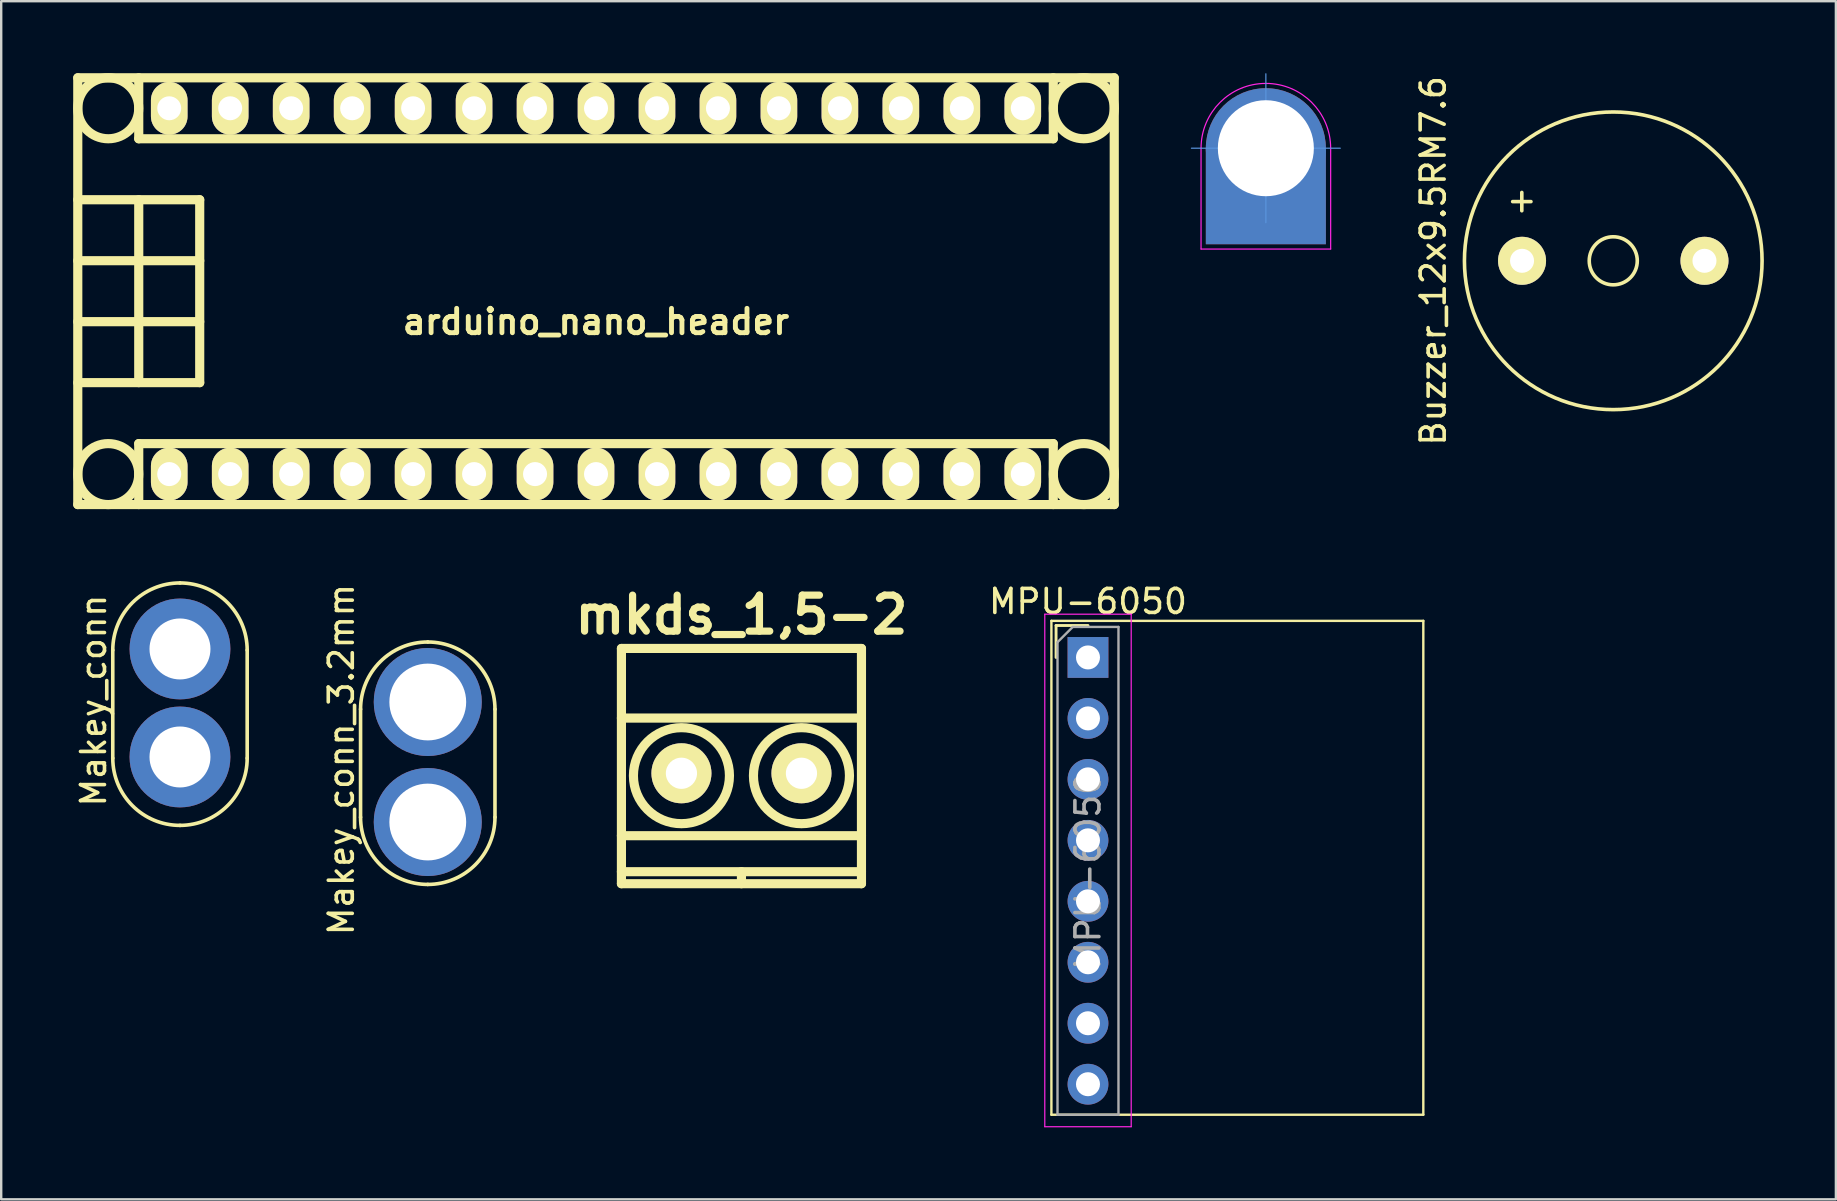
<source format=kicad_pcb>
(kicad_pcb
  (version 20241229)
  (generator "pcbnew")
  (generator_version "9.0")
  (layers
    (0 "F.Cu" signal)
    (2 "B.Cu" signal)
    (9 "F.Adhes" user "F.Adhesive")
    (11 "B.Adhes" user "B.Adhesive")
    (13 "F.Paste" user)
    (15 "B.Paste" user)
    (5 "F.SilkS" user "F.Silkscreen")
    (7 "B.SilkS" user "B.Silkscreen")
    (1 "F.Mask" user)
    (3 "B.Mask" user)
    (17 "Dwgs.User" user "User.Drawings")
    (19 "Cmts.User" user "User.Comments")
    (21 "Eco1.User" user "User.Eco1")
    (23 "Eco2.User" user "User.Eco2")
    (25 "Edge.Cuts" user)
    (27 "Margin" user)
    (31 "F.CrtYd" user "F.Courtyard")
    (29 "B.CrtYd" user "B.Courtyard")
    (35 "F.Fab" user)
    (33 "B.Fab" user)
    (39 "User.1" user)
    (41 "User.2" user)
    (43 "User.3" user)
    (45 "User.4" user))
  (footprint "Buzzer_12x9.5RM7.6"
    (layer "F.Cu")
    (at 64.159 7.815)
    (property "Reference" "Buzzer_12x9.5RM7.6" (at -7.5 0 90) (layer "F.SilkS") (effects (font (size 1 1) (thickness 0.15))))
    (attr through_hole)
    (fp_circle (center 0 0) (end 1.001 0) (stroke (width 0.15) (type solid)) (fill no) (layer "F.SilkS"))
    (fp_circle (center 0 0) (end 6.2 0) (stroke (width 0.15) (type solid)) (fill no) (layer "F.SilkS"))
    (fp_text user "+" (at -3.81 -2.54 0) (layer "F.SilkS") (effects (font (size 1 1) (thickness 0.15))))
    (pad "1" thru_hole circle (at -3.8 0) (size 2 2) (drill 1.001) (layers "*.Cu" "*.Mask" "F.SilkS"))
    (pad "2" thru_hole circle (at 3.8 0) (size 2 2) (drill 1.001) (layers "*.Cu" "*.Mask" "F.SilkS")))
  (footprint "Makey_conn"
    (layer "F.Cu")
    (at 4.448 26.236)
    (property "Reference" "Makey_conn" (at -3.6 -0.1 90) (layer "F.SilkS") (effects (font (size 1 1) (thickness 0.15))))
    (attr through_hole)
    (fp_line (start -2.8 2.3) (end -2.8 -2.2) (stroke (width 0.15) (type solid)) (layer "F.SilkS"))
    (fp_line (start 2.8 2.3) (end 2.8 -2.2) (stroke (width 0.15) (type solid)) (layer "F.SilkS"))
    (fp_arc (start -2.8 -2.2) (mid -1.979899 -4.179899) (end 0 -5) (stroke (width 0.15) (type solid)) (layer "F.SilkS"))
    (fp_arc (start 0 -5) (mid 1.979899 -4.179899) (end 2.8 -2.2) (stroke (width 0.15) (type solid)) (layer "F.SilkS"))
    (fp_arc (start 0 5.1) (mid -1.979899 4.279899) (end -2.8 2.3) (stroke (width 0.15) (type solid)) (layer "F.SilkS"))
    (fp_arc (start 2.8 2.3) (mid 1.979899 4.279899) (end 0 5.1) (stroke (width 0.15) (type solid)) (layer "F.SilkS"))
    (pad "1" thru_hole circle (at 0 -2.25) (size 4.2 4.2) (drill 2.54) (layers "*.Cu" "*.Mask"))
    (pad "1" thru_hole circle (at 0 2.25) (size 4.2 4.2) (drill 2.54) (layers "*.Cu" "*.Mask")))
  (footprint "Makey_conn_3.2mm"
    (layer "F.Cu")
    (at 14.771 28.696)
    (property "Reference" "Makey_conn_3.2mm" (at -3.6 -0.1 90) (layer "F.SilkS") (effects (font (size 1 1) (thickness 0.15))))
    (attr through_hole)
    (fp_line (start -2.8 2.3) (end -2.8 -2.2) (stroke (width 0.15) (type solid)) (layer "F.SilkS"))
    (fp_line (start 2.8 2.3) (end 2.8 -2.2) (stroke (width 0.15) (type solid)) (layer "F.SilkS"))
    (fp_arc (start -2.8 -2.2) (mid -1.979899 -4.179899) (end 0 -5) (stroke (width 0.15) (type solid)) (layer "F.SilkS"))
    (fp_arc (start 0 -5) (mid 1.979899 -4.179899) (end 2.8 -2.2) (stroke (width 0.15) (type solid)) (layer "F.SilkS"))
    (fp_arc (start 0 5.1) (mid -1.979899 4.279899) (end -2.8 2.3) (stroke (width 0.15) (type solid)) (layer "F.SilkS"))
    (fp_arc (start 2.8 2.3) (mid 1.979899 4.279899) (end 0 5.1) (stroke (width 0.15) (type solid)) (layer "F.SilkS"))
    (pad "1" thru_hole circle (at 0 -2.5) (size 4.5 4.5) (drill 3.2) (layers "*.Cu" "*.Mask"))
    (pad "1" thru_hole circle (at 0 2.5) (size 4.5 4.5) (drill 3.2) (layers "*.Cu" "*.Mask")))
  (footprint "MPU-6050"
    (layer "F.Cu")
    (at 42.276 24.339)
    (property "Reference" "MPU-6050" (at 0 -2.33 0) (layer "F.SilkS") (effects (font (size 1 1) (thickness 0.15))))
    (attr through_hole)
    (fp_line (start -1.524 -1.524) (end 13.97 -1.524) (stroke (width 0.1) (type solid)) (layer "F.SilkS"))
    (fp_line (start -1.524 19.05) (end -1.524 -1.524) (stroke (width 0.1) (type solid)) (layer "F.SilkS"))
    (fp_line (start -1.33 -1.33) (end 0 -1.33) (stroke (width 0.12) (type solid)) (layer "F.SilkS"))
    (fp_line (start -1.33 0) (end -1.33 -1.33) (stroke (width 0.12) (type solid)) (layer "F.SilkS"))
    (fp_line (start 13.97 -1.524) (end 13.97 19.05) (stroke (width 0.1) (type solid)) (layer "F.SilkS"))
    (fp_line (start 13.97 19.05) (end -1.524 19.05) (stroke (width 0.1) (type solid)) (layer "F.SilkS"))
    (fp_line (start -1.8 -1.8) (end -1.8 19.55) (stroke (width 0.05) (type solid)) (layer "F.CrtYd"))
    (fp_line (start -1.8 19.55) (end 1.8 19.55) (stroke (width 0.05) (type solid)) (layer "F.CrtYd"))
    (fp_line (start 1.8 -1.8) (end -1.8 -1.8) (stroke (width 0.05) (type solid)) (layer "F.CrtYd"))
    (fp_line (start 1.8 19.55) (end 1.8 -1.8) (stroke (width 0.05) (type solid)) (layer "F.CrtYd"))
    (fp_line (start -1.27 -0.635) (end -0.635 -1.27) (stroke (width 0.1) (type solid)) (layer "F.Fab"))
    (fp_line (start -1.27 19.05) (end -1.27 -0.635) (stroke (width 0.1) (type solid)) (layer "F.Fab"))
    (fp_line (start -0.635 -1.27) (end 1.27 -1.27) (stroke (width 0.1) (type solid)) (layer "F.Fab"))
    (fp_line (start 1.27 -1.27) (end 1.27 19.05) (stroke (width 0.1) (type solid)) (layer "F.Fab"))
    (fp_line (start 1.27 19.05) (end -1.27 19.05) (stroke (width 0.1) (type solid)) (layer "F.Fab"))
    (fp_text user "${REFERENCE}" (at 0 8.89 90) (layer "F.Fab") (effects (font (size 1 1) (thickness 0.15))))
    (pad "1" thru_hole rect (at 0 0) (size 1.7 1.7) (drill 1) (layers "*.Cu" "*.Mask"))
    (pad "2" thru_hole oval (at 0 2.54) (size 1.7 1.7) (drill 1) (layers "*.Cu" "*.Mask"))
    (pad "3" thru_hole oval (at 0 5.08) (size 1.7 1.7) (drill 1) (layers "*.Cu" "*.Mask"))
    (pad "4" thru_hole oval (at 0 7.62) (size 1.7 1.7) (drill 1) (layers "*.Cu" "*.Mask"))
    (pad "5" thru_hole oval (at 0 10.16) (size 1.7 1.7) (drill 1) (layers "*.Cu" "*.Mask"))
    (pad "6" thru_hole oval (at 0 12.7) (size 1.7 1.7) (drill 1) (layers "*.Cu" "*.Mask"))
    (pad "7" thru_hole oval (at 0 15.24) (size 1.7 1.7) (drill 1) (layers "*.Cu" "*.Mask"))
    (pad "8" thru_hole oval (at 0 17.78) (size 1.7 1.7) (drill 1) (layers "*.Cu" "*.Mask")))
  (footprint "BBC_CONNECTOR"
    (layer "F.Cu")
    (at 49.686 3.125)
    (property "Reference" "BBC_CONNECTOR" (at 0 0.125 0) (layer "F.Fab") (effects (font (size 0.1 0.1) (thickness 0.01))))
    (attr through_hole)
    (fp_line (start -3.1 0) (end 3.1 0) (stroke (width 0.05) (type solid)) (layer "Cmts.User"))
    (fp_line (start 0 -3.1) (end 0 3.1) (stroke (width 0.05) (type solid)) (layer "Cmts.User"))
    (fp_line (start -2.7 0) (end -2.7 4.2) (stroke (width 0.05) (type solid)) (layer "F.CrtYd"))
    (fp_line (start -2.7 4.2) (end 2.7 4.2) (stroke (width 0.05) (type solid)) (layer "F.CrtYd"))
    (fp_line (start 2.7 4.2) (end 2.7 0) (stroke (width 0.05) (type solid)) (layer "F.CrtYd"))
    (fp_arc (start -2.7 0) (mid 0 -2.7) (end 2.7 0) (stroke (width 0.05) (type solid)) (layer "F.CrtYd"))
    (fp_text user "${REFERENCE}" (at 0 0 180) (layer "Eco1.User") (effects (font (size 0.3 0.3) (thickness 0.03))))
    (pad "1" thru_hole circle (at 0 0) (size 5 5) (drill 4) (layers "*.Cu" "*.Mask"))
    (pad "1" smd rect (at 0 2) (size 5 4) (layers "F.Cu" "F.Mask"))
    (pad "1" smd rect (at 0 2) (size 5 4) (layers "*.Mask" "B.Cu")))
  (footprint "arduino_nano_header"
    (layer "F.Cu")
    (at 21.78 9.081)
    (property "Reference" "arduino_nano_header" (at 0 1.27 0) (layer "F.SilkS") (effects (font (size 1.016 1.016) (thickness 0.203))))
    (attr through_hole)
    (fp_line (start -21.59 -3.81) (end -16.51 -3.81) (stroke (width 0.381) (type solid)) (layer "F.SilkS"))
    (fp_line (start -21.59 8.89) (end -21.59 -8.89) (stroke (width 0.381) (type solid)) (layer "F.SilkS"))
    (fp_line (start -21.59 8.89) (end 21.59 8.89) (stroke (width 0.381) (type solid)) (layer "F.SilkS"))
    (fp_line (start -19.05 -8.89) (end -19.05 -6.35) (stroke (width 0.381) (type solid)) (layer "F.SilkS"))
    (fp_line (start -19.05 -3.81) (end -19.05 3.81) (stroke (width 0.381) (type solid)) (layer "F.SilkS"))
    (fp_line (start -19.05 6.35) (end 19.05 6.35) (stroke (width 0.381) (type solid)) (layer "F.SilkS"))
    (fp_line (start -19.05 8.89) (end -19.05 6.35) (stroke (width 0.381) (type solid)) (layer "F.SilkS"))
    (fp_line (start -16.51 -3.81) (end -16.51 3.81) (stroke (width 0.381) (type solid)) (layer "F.SilkS"))
    (fp_line (start -16.51 -1.27) (end -21.59 -1.27) (stroke (width 0.381) (type solid)) (layer "F.SilkS"))
    (fp_line (start -16.51 1.27) (end -21.59 1.27) (stroke (width 0.381) (type solid)) (layer "F.SilkS"))
    (fp_line (start -16.51 3.81) (end -21.59 3.81) (stroke (width 0.381) (type solid)) (layer "F.SilkS"))
    (fp_line (start 19.05 -6.35) (end -19.05 -6.35) (stroke (width 0.381) (type solid)) (layer "F.SilkS"))
    (fp_line (start 19.05 -6.35) (end 19.05 -8.89) (stroke (width 0.381) (type solid)) (layer "F.SilkS"))
    (fp_line (start 19.05 8.89) (end 19.05 6.35) (stroke (width 0.381) (type solid)) (layer "F.SilkS"))
    (fp_line (start 21.59 -8.89) (end -21.59 -8.89) (stroke (width 0.381) (type solid)) (layer "F.SilkS"))
    (fp_line (start 21.59 8.89) (end 21.59 -8.89) (stroke (width 0.381) (type solid)) (layer "F.SilkS"))
    (fp_circle (center -20.32 -7.62) (end -21.59 -7.62) (stroke (width 0.381) (type solid)) (fill no) (layer "F.SilkS"))
    (fp_circle (center -20.32 7.62) (end -21.59 7.62) (stroke (width 0.381) (type solid)) (fill no) (layer "F.SilkS"))
    (fp_circle (center 20.32 -7.62) (end 21.59 -7.62) (stroke (width 0.381) (type solid)) (fill no) (layer "F.SilkS"))
    (fp_circle (center 20.32 7.62) (end 21.59 7.62) (stroke (width 0.381) (type solid)) (fill no) (layer "F.SilkS"))
    (pad "1" thru_hole oval (at -17.78 7.62) (size 1.524 2.2) (drill 1.001) (layers "*.Cu" "*.Mask" "F.SilkS"))
    (pad "2" thru_hole oval (at -15.24 7.62) (size 1.524 2.2) (drill 1.001) (layers "*.Cu" "*.Mask" "F.SilkS"))
    (pad "3" thru_hole oval (at -12.7 7.62) (size 1.524 2.2) (drill 1.001) (layers "*.Cu" "*.Mask" "F.SilkS"))
    (pad "4" thru_hole oval (at -10.16 7.62) (size 1.524 2.2) (drill 1.001) (layers "*.Cu" "*.Mask" "F.SilkS"))
    (pad "5" thru_hole oval (at -7.62 7.62) (size 1.524 2.2) (drill 1.001) (layers "*.Cu" "*.Mask" "F.SilkS"))
    (pad "6" thru_hole oval (at -5.08 7.62) (size 1.524 2.2) (drill 1.001) (layers "*.Cu" "*.Mask" "F.SilkS"))
    (pad "7" thru_hole oval (at -2.54 7.62) (size 1.524 2.2) (drill 1.001) (layers "*.Cu" "*.Mask" "F.SilkS"))
    (pad "8" thru_hole oval (at 0 7.62) (size 1.524 2.2) (drill 1.001) (layers "*.Cu" "*.Mask" "F.SilkS"))
    (pad "9" thru_hole oval (at 2.54 7.62) (size 1.524 2.2) (drill 1.001) (layers "*.Cu" "*.Mask" "F.SilkS"))
    (pad "10" thru_hole oval (at 5.08 7.62) (size 1.524 2.2) (drill 1.001) (layers "*.Cu" "*.Mask" "F.SilkS"))
    (pad "11" thru_hole oval (at 7.62 7.62) (size 1.524 2.2) (drill 1.001) (layers "*.Cu" "*.Mask" "F.SilkS"))
    (pad "12" thru_hole oval (at 10.16 7.62) (size 1.524 2.2) (drill 1.001) (layers "*.Cu" "*.Mask" "F.SilkS"))
    (pad "13" thru_hole oval (at 12.7 7.62) (size 1.524 2.2) (drill 1.001) (layers "*.Cu" "*.Mask" "F.SilkS"))
    (pad "14" thru_hole oval (at 15.24 7.62) (size 1.524 2.2) (drill 1.001) (layers "*.Cu" "*.Mask" "F.SilkS"))
    (pad "15" thru_hole oval (at 17.78 7.62) (size 1.524 2.2) (drill 1.001) (layers "*.Cu" "*.Mask" "F.SilkS"))
    (pad "16" thru_hole oval (at 17.78 -7.62) (size 1.524 2.2) (drill 1.001) (layers "*.Cu" "*.Mask" "F.SilkS"))
    (pad "17" thru_hole oval (at 15.24 -7.62) (size 1.524 2.2) (drill 1.001) (layers "*.Cu" "*.Mask" "F.SilkS"))
    (pad "18" thru_hole oval (at 12.7 -7.62) (size 1.524 2.2) (drill 1.001) (layers "*.Cu" "*.Mask" "F.SilkS"))
    (pad "19" thru_hole oval (at 10.16 -7.62) (size 1.524 2.2) (drill 1.001) (layers "*.Cu" "*.Mask" "F.SilkS"))
    (pad "20" thru_hole oval (at 7.62 -7.62) (size 1.524 2.197) (drill 1.001) (layers "*.Cu" "*.Mask" "F.SilkS"))
    (pad "21" thru_hole oval (at 5.08 -7.62) (size 1.524 2.197) (drill 1.001) (layers "*.Cu" "*.Mask" "F.SilkS"))
    (pad "22" thru_hole oval (at 2.54 -7.62) (size 1.524 2.197) (drill 1.001) (layers "*.Cu" "*.Mask" "F.SilkS"))
    (pad "23" thru_hole oval (at 0 -7.62) (size 1.524 2.197) (drill 1.001) (layers "*.Cu" "*.Mask" "F.SilkS"))
    (pad "24" thru_hole oval (at -2.54 -7.62) (size 1.524 2.197) (drill 0.998) (layers "*.Cu" "*.Mask" "F.SilkS"))
    (pad "25" thru_hole oval (at -5.08 -7.62) (size 1.524 2.197) (drill 0.998) (layers "*.Cu" "*.Mask" "F.SilkS"))
    (pad "26" thru_hole oval (at -7.62 -7.62) (size 1.524 2.197) (drill 0.998) (layers "*.Cu" "*.Mask" "F.SilkS"))
    (pad "27" thru_hole oval (at -10.16 -7.62) (size 1.524 2.197) (drill 0.998) (layers "*.Cu" "*.Mask" "F.SilkS"))
    (pad "28" thru_hole oval (at -12.7 -7.62) (size 1.524 2.197) (drill 0.998) (layers "*.Cu" "*.Mask" "F.SilkS"))
    (pad "29" thru_hole oval (at -15.24 -7.62) (size 1.524 2.197) (drill 0.998) (layers "*.Cu" "*.Mask" "F.SilkS"))
    (pad "30" thru_hole oval (at -17.78 -7.62) (size 1.524 2.197) (drill 0.998) (layers "*.Cu" "*.Mask" "F.SilkS")))
  (footprint "mkds_1,5-2"
    (layer "F.Cu")
    (at 27.839 29.165)
    (property "Reference" "mkds_1,5-2" (at 0 -6.6 0) (layer "F.SilkS") (effects (font (size 1.5 1.5) (thickness 0.3))))
    (attr through_hole)
    (fp_line (start -5 -5.2) (end -5 4.6) (stroke (width 0.381) (type solid)) (layer "F.SilkS"))
    (fp_line (start -5 -2.3) (end 5 -2.3) (stroke (width 0.381) (type solid)) (layer "F.SilkS"))
    (fp_line (start -5 2.6) (end 5 2.6) (stroke (width 0.381) (type solid)) (layer "F.SilkS"))
    (fp_line (start -5 4.1) (end 5 4.1) (stroke (width 0.381) (type solid)) (layer "F.SilkS"))
    (fp_line (start -5 4.6) (end 5 4.6) (stroke (width 0.381) (type solid)) (layer "F.SilkS"))
    (fp_line (start 0 4.1) (end 0 4.6) (stroke (width 0.381) (type solid)) (layer "F.SilkS"))
    (fp_line (start 5 -5.2) (end -5 -5.2) (stroke (width 0.381) (type solid)) (layer "F.SilkS"))
    (fp_line (start 5 4.6) (end 5 -5.2) (stroke (width 0.381) (type solid)) (layer "F.SilkS"))
    (fp_circle (center -2.5 0.1) (end -0.5 0.1) (stroke (width 0.381) (type solid)) (fill no) (layer "F.SilkS"))
    (fp_circle (center 2.5 0.1) (end 0.5 0.1) (stroke (width 0.381) (type solid)) (fill no) (layer "F.SilkS"))
    (pad "1" thru_hole circle (at -2.5 0) (size 2.5 2.5) (drill 1.3) (layers "*.Cu" "*.Mask" "F.SilkS"))
    (pad "2" thru_hole circle (at 2.5 0) (size 2.5 2.5) (drill 1.3) (layers "*.Cu" "*.Mask" "F.SilkS")))
  (gr_rect
    (start -3 -3)
    (end 73.434 46.914)
    (stroke (width 0.1) (type default))
    (fill no)
    (layer "Edge.Cuts")))
</source>
